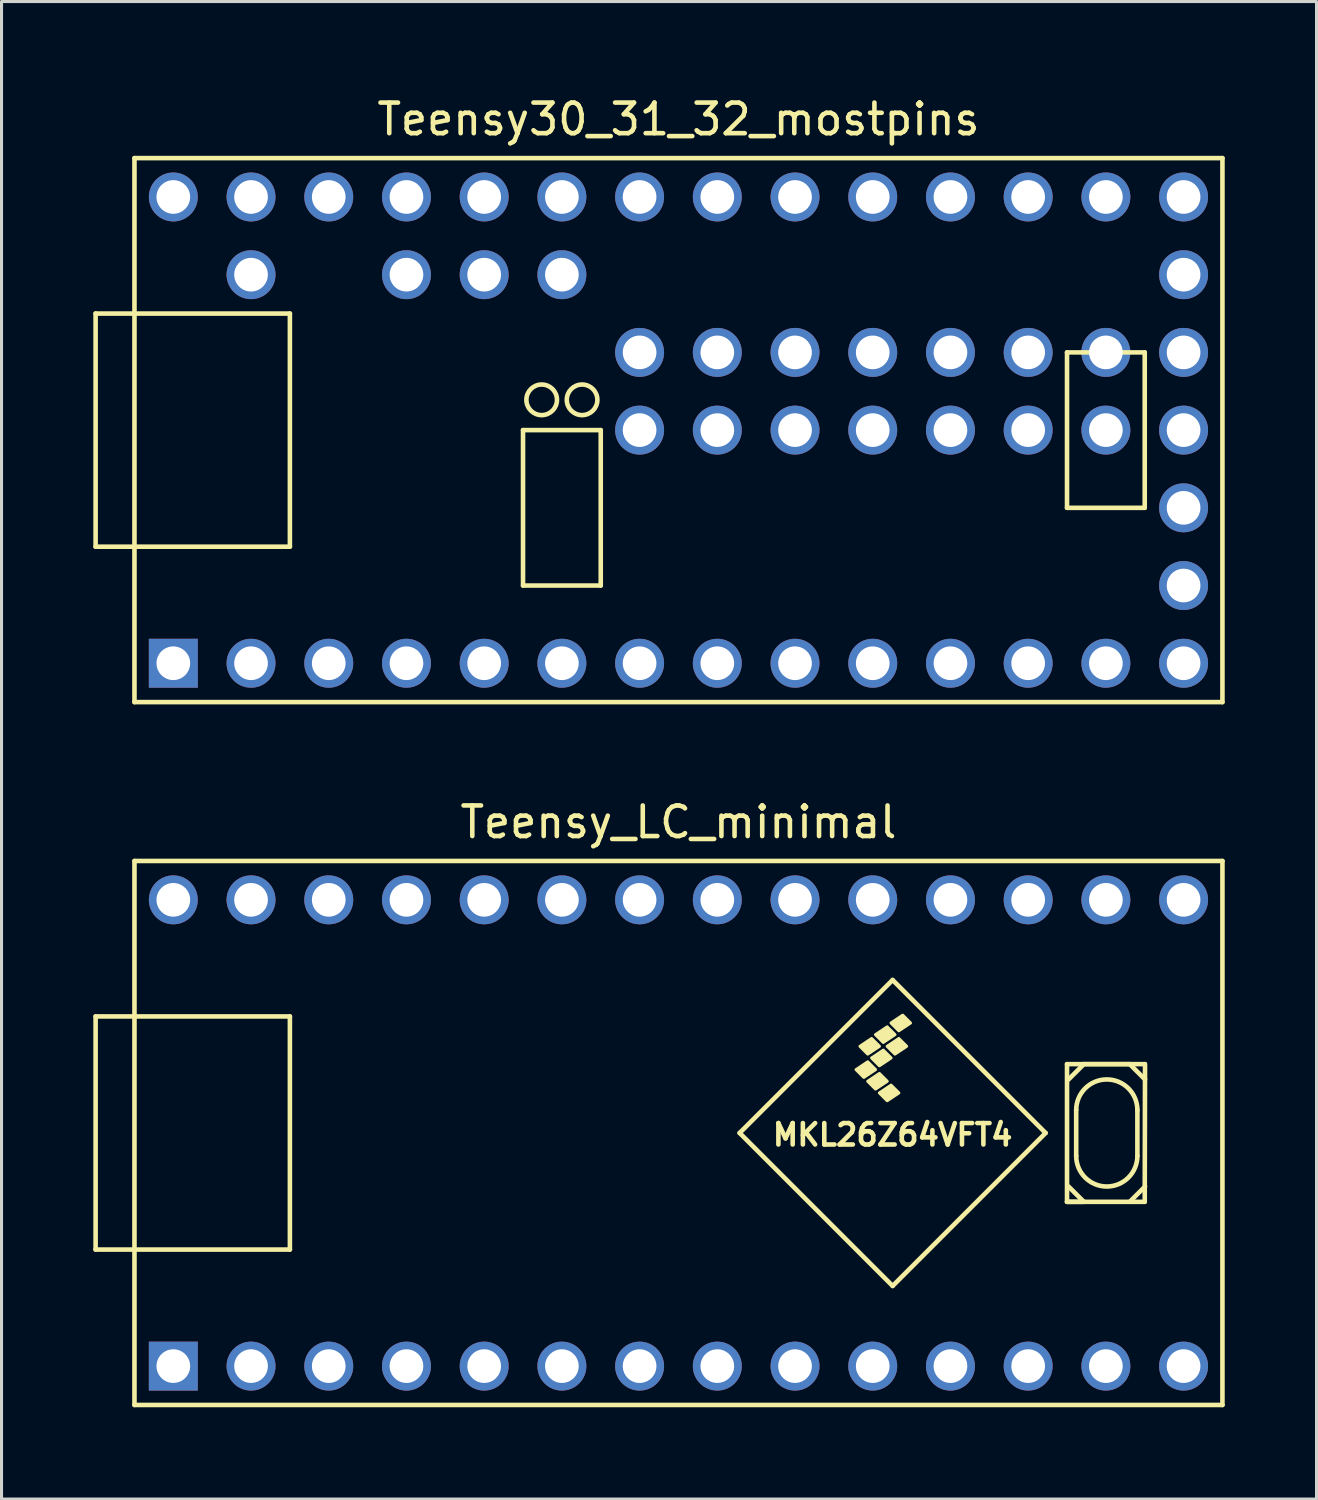
<source format=kicad_pcb>
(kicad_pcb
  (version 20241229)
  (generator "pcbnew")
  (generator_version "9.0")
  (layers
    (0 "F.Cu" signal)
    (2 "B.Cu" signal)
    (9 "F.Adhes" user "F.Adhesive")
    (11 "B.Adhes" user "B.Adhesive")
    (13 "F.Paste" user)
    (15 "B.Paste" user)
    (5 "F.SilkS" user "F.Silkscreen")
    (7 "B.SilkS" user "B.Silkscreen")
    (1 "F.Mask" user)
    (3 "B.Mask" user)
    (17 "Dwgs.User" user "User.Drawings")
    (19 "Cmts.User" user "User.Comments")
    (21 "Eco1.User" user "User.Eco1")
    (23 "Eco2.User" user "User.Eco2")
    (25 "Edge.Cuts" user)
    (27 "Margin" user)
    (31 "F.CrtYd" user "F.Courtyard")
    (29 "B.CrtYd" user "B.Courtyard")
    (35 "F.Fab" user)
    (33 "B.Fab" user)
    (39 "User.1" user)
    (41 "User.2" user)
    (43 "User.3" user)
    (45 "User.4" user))
  (footprint "Teensy_LC_minimal"
    (layer "F.Cu")
    (at 19.125 33.981)
    (property "Reference" "Teensy_LC_minimal" (at 0 -10.16 0) (layer "F.SilkS") (effects (font (size 1 1) (thickness 0.15))))
    (attr through_hole)
    (fp_line (start -19.05 -3.81) (end -17.78 -3.81) (stroke (width 0.15) (type solid)) (layer "F.SilkS"))
    (fp_line (start -19.05 3.81) (end -19.05 -3.81) (stroke (width 0.15) (type solid)) (layer "F.SilkS"))
    (fp_line (start -17.78 -8.89) (end 17.78 -8.89) (stroke (width 0.15) (type solid)) (layer "F.SilkS"))
    (fp_line (start -17.78 3.81) (end -19.05 3.81) (stroke (width 0.15) (type solid)) (layer "F.SilkS"))
    (fp_line (start -17.78 8.89) (end -17.78 -8.89) (stroke (width 0.15) (type solid)) (layer "F.SilkS"))
    (fp_line (start -12.7 -3.81) (end -17.78 -3.81) (stroke (width 0.15) (type solid)) (layer "F.SilkS"))
    (fp_line (start -12.7 3.81) (end -17.78 3.81) (stroke (width 0.15) (type solid)) (layer "F.SilkS"))
    (fp_line (start -12.7 3.81) (end -12.7 -3.81) (stroke (width 0.15) (type solid)) (layer "F.SilkS"))
    (fp_line (start 2 0) (end 7 5) (stroke (width 0.15) (type solid)) (layer "F.SilkS"))
    (fp_line (start 7 -5) (end 2 0) (stroke (width 0.15) (type solid)) (layer "F.SilkS"))
    (fp_line (start 7 5) (end 12 0) (stroke (width 0.15) (type solid)) (layer "F.SilkS"))
    (fp_line (start 12 0) (end 7 -5) (stroke (width 0.15) (type solid)) (layer "F.SilkS"))
    (fp_line (start 12.7 -2.25) (end 15.24 -2.25) (stroke (width 0.15) (type solid)) (layer "F.SilkS"))
    (fp_line (start 12.7 2.25) (end 12.7 -2.25) (stroke (width 0.15) (type solid)) (layer "F.SilkS"))
    (fp_line (start 12.7 2.25) (end 13.25 2.25) (stroke (width 0.15) (type solid)) (layer "F.SilkS"))
    (fp_line (start 12.75 -1.75) (end 13.25 -2.25) (stroke (width 0.15) (type solid)) (layer "F.SilkS"))
    (fp_line (start 13 -0.75) (end 13 0.75) (stroke (width 0.15) (type solid)) (layer "F.SilkS"))
    (fp_line (start 13.25 2.25) (end 12.75 1.75) (stroke (width 0.15) (type solid)) (layer "F.SilkS"))
    (fp_line (start 14.75 -2.25) (end 13.25 -2.25) (stroke (width 0.15) (type solid)) (layer "F.SilkS"))
    (fp_line (start 15 0.75) (end 15 -0.75) (stroke (width 0.15) (type solid)) (layer "F.SilkS"))
    (fp_line (start 15.24 2.25) (end 12.7 2.25) (stroke (width 0.15) (type solid)) (layer "F.SilkS"))
    (fp_line (start 15.25 -2.25) (end 15.24 2.25) (stroke (width 0.15) (type solid)) (layer "F.SilkS"))
    (fp_line (start 15.25 -1.75) (end 14.75 -2.25) (stroke (width 0.15) (type solid)) (layer "F.SilkS"))
    (fp_line (start 15.25 1.75) (end 14.75 2.25) (stroke (width 0.15) (type solid)) (layer "F.SilkS"))
    (fp_line (start 17.78 -8.89) (end 17.78 8.89) (stroke (width 0.15) (type solid)) (layer "F.SilkS"))
    (fp_line (start 17.78 8.89) (end -17.78 8.89) (stroke (width 0.15) (type solid)) (layer "F.SilkS"))
    (fp_arc (start 13 -0.75) (mid 14 -1.75) (end 15 -0.75) (stroke (width 0.15) (type solid)) (layer "F.SilkS"))
    (fp_arc (start 15 0.75) (mid 14 1.75) (end 13 0.75) (stroke (width 0.15) (type solid)) (layer "F.SilkS"))
    (fp_poly (pts (xy 6.06 -1.817) (xy 5.806 -2.071) (xy 6.187 -2.325) (xy 6.441 -2.071)) (stroke (width 0.1) (type solid)) (fill yes) (layer "F.SilkS"))
    (fp_poly (pts (xy 6.187 -2.579) (xy 5.933 -2.833) (xy 6.314 -3.087) (xy 6.568 -2.833)) (stroke (width 0.1) (type solid)) (fill yes) (layer "F.SilkS"))
    (fp_poly (pts (xy 6.441 -1.436) (xy 6.187 -1.69) (xy 6.568 -1.944) (xy 6.822 -1.69)) (stroke (width 0.1) (type solid)) (fill yes) (layer "F.SilkS"))
    (fp_poly (pts (xy 6.568 -2.198) (xy 6.314 -2.452) (xy 6.695 -2.706) (xy 6.949 -2.452)) (stroke (width 0.1) (type solid)) (fill yes) (layer "F.SilkS"))
    (fp_poly (pts (xy 6.695 -2.96) (xy 6.441 -3.214) (xy 6.822 -3.468) (xy 7.076 -3.214)) (stroke (width 0.1) (type solid)) (fill yes) (layer "F.SilkS"))
    (fp_poly (pts (xy 6.822 -1.055) (xy 6.568 -1.309) (xy 6.949 -1.563) (xy 7.203 -1.309)) (stroke (width 0.1) (type solid)) (fill yes) (layer "F.SilkS"))
    (fp_poly (pts (xy 7.076 -2.579) (xy 6.822 -2.833) (xy 7.203 -3.087) (xy 7.457 -2.833)) (stroke (width 0.1) (type solid)) (fill yes) (layer "F.SilkS"))
    (fp_poly (pts (xy 7.203 -3.341) (xy 6.949 -3.595) (xy 7.33 -3.849) (xy 7.584 -3.595)) (stroke (width 0.1) (type solid)) (fill yes) (layer "F.SilkS"))
    (fp_text user "MKL26Z64VFT4" (at 7 0.06 0) (layer "F.SilkS") (effects (font (size 0.7 0.7) (thickness 0.15))))
    (pad "1" thru_hole rect (at -16.51 7.62) (size 1.6 1.6) (drill 1.1) (layers "*.Cu" "*.Mask"))
    (pad "2" thru_hole circle (at -13.97 7.62) (size 1.6 1.6) (drill 1.1) (layers "*.Cu" "*.Mask"))
    (pad "3" thru_hole circle (at -11.43 7.62) (size 1.6 1.6) (drill 1.1) (layers "*.Cu" "*.Mask"))
    (pad "4" thru_hole circle (at -8.89 7.62) (size 1.6 1.6) (drill 1.1) (layers "*.Cu" "*.Mask"))
    (pad "5" thru_hole circle (at -6.35 7.62) (size 1.6 1.6) (drill 1.1) (layers "*.Cu" "*.Mask"))
    (pad "6" thru_hole circle (at -3.81 7.62) (size 1.6 1.6) (drill 1.1) (layers "*.Cu" "*.Mask"))
    (pad "7" thru_hole circle (at -1.27 7.62) (size 1.6 1.6) (drill 1.1) (layers "*.Cu" "*.Mask"))
    (pad "8" thru_hole circle (at 1.27 7.62) (size 1.6 1.6) (drill 1.1) (layers "*.Cu" "*.Mask"))
    (pad "9" thru_hole circle (at 3.81 7.62) (size 1.6 1.6) (drill 1.1) (layers "*.Cu" "*.Mask"))
    (pad "10" thru_hole circle (at 6.35 7.62) (size 1.6 1.6) (drill 1.1) (layers "*.Cu" "*.Mask"))
    (pad "11" thru_hole circle (at 8.89 7.62) (size 1.6 1.6) (drill 1.1) (layers "*.Cu" "*.Mask"))
    (pad "12" thru_hole circle (at 11.43 7.62) (size 1.6 1.6) (drill 1.1) (layers "*.Cu" "*.Mask"))
    (pad "13" thru_hole circle (at 13.97 7.62) (size 1.6 1.6) (drill 1.1) (layers "*.Cu" "*.Mask"))
    (pad "14" thru_hole circle (at 16.51 7.62) (size 1.6 1.6) (drill 1.1) (layers "*.Cu" "*.Mask"))
    (pad "20" thru_hole circle (at 16.51 -7.62) (size 1.6 1.6) (drill 1.1) (layers "*.Cu" "*.Mask"))
    (pad "21" thru_hole circle (at 13.97 -7.62) (size 1.6 1.6) (drill 1.1) (layers "*.Cu" "*.Mask"))
    (pad "22" thru_hole circle (at 11.43 -7.62) (size 1.6 1.6) (drill 1.1) (layers "*.Cu" "*.Mask"))
    (pad "23" thru_hole circle (at 8.89 -7.62) (size 1.6 1.6) (drill 1.1) (layers "*.Cu" "*.Mask"))
    (pad "24" thru_hole circle (at 6.35 -7.62) (size 1.6 1.6) (drill 1.1) (layers "*.Cu" "*.Mask"))
    (pad "25" thru_hole circle (at 3.81 -7.62) (size 1.6 1.6) (drill 1.1) (layers "*.Cu" "*.Mask"))
    (pad "26" thru_hole circle (at 1.27 -7.62) (size 1.6 1.6) (drill 1.1) (layers "*.Cu" "*.Mask"))
    (pad "27" thru_hole circle (at -1.27 -7.62) (size 1.6 1.6) (drill 1.1) (layers "*.Cu" "*.Mask"))
    (pad "28" thru_hole circle (at -3.81 -7.62) (size 1.6 1.6) (drill 1.1) (layers "*.Cu" "*.Mask"))
    (pad "29" thru_hole circle (at -6.35 -7.62) (size 1.6 1.6) (drill 1.1) (layers "*.Cu" "*.Mask"))
    (pad "30" thru_hole circle (at -8.89 -7.62) (size 1.6 1.6) (drill 1.1) (layers "*.Cu" "*.Mask"))
    (pad "31" thru_hole circle (at -11.43 -7.62) (size 1.6 1.6) (drill 1.1) (layers "*.Cu" "*.Mask"))
    (pad "32" thru_hole circle (at -13.97 -7.62) (size 1.6 1.6) (drill 1.1) (layers "*.Cu" "*.Mask"))
    (pad "33" thru_hole circle (at -16.51 -7.62) (size 1.6 1.6) (drill 1.1) (layers "*.Cu" "*.Mask")))
  (footprint "Teensy30_31_32_mostpins"
    (layer "F.Cu")
    (at 19.125 11.008)
    (property "Reference" "Teensy30_31_32_mostpins" (at 0 -10.16 0) (layer "F.SilkS") (effects (font (size 1 1) (thickness 0.15))))
    (attr through_hole)
    (fp_line (start -19.05 -3.81) (end -17.78 -3.81) (stroke (width 0.15) (type solid)) (layer "F.SilkS"))
    (fp_line (start -19.05 3.81) (end -19.05 -3.81) (stroke (width 0.15) (type solid)) (layer "F.SilkS"))
    (fp_line (start -17.78 -8.89) (end 17.78 -8.89) (stroke (width 0.15) (type solid)) (layer "F.SilkS"))
    (fp_line (start -17.78 3.81) (end -19.05 3.81) (stroke (width 0.15) (type solid)) (layer "F.SilkS"))
    (fp_line (start -17.78 8.89) (end -17.78 -8.89) (stroke (width 0.15) (type solid)) (layer "F.SilkS"))
    (fp_line (start -12.7 -3.81) (end -17.78 -3.81) (stroke (width 0.15) (type solid)) (layer "F.SilkS"))
    (fp_line (start -12.7 3.81) (end -17.78 3.81) (stroke (width 0.15) (type solid)) (layer "F.SilkS"))
    (fp_line (start -12.7 3.81) (end -12.7 -3.81) (stroke (width 0.15) (type solid)) (layer "F.SilkS"))
    (fp_line (start -5.08 0) (end -2.54 0) (stroke (width 0.15) (type solid)) (layer "F.SilkS"))
    (fp_line (start -5.08 5.08) (end -5.08 0) (stroke (width 0.15) (type solid)) (layer "F.SilkS"))
    (fp_line (start -2.54 0) (end -2.54 5.08) (stroke (width 0.15) (type solid)) (layer "F.SilkS"))
    (fp_line (start -2.54 5.08) (end -5.08 5.08) (stroke (width 0.15) (type solid)) (layer "F.SilkS"))
    (fp_line (start 12.7 -2.54) (end 15.24 -2.54) (stroke (width 0.15) (type solid)) (layer "F.SilkS"))
    (fp_line (start 12.7 2.54) (end 12.7 -2.54) (stroke (width 0.15) (type solid)) (layer "F.SilkS"))
    (fp_line (start 15.24 -2.54) (end 15.24 2.54) (stroke (width 0.15) (type solid)) (layer "F.SilkS"))
    (fp_line (start 15.24 2.54) (end 12.7 2.54) (stroke (width 0.15) (type solid)) (layer "F.SilkS"))
    (fp_line (start 17.78 -8.89) (end 17.78 8.89) (stroke (width 0.15) (type solid)) (layer "F.SilkS"))
    (fp_line (start 17.78 8.89) (end -17.78 8.89) (stroke (width 0.15) (type solid)) (layer "F.SilkS"))
    (fp_circle (center -4.47 -0.99) (end -3.97 -0.99) (stroke (width 0.15) (type solid)) (fill no) (layer "F.SilkS"))
    (fp_circle (center -3.15 -0.99) (end -2.65 -0.99) (stroke (width 0.15) (type solid)) (fill no) (layer "F.SilkS"))
    (pad "1" thru_hole rect (at -16.51 7.62) (size 1.6 1.6) (drill 1.1) (layers "*.Cu" "*.Mask"))
    (pad "2" thru_hole circle (at -13.97 7.62) (size 1.6 1.6) (drill 1.1) (layers "*.Cu" "*.Mask"))
    (pad "3" thru_hole circle (at -11.43 7.62) (size 1.6 1.6) (drill 1.1) (layers "*.Cu" "*.Mask"))
    (pad "4" thru_hole circle (at -8.89 7.62) (size 1.6 1.6) (drill 1.1) (layers "*.Cu" "*.Mask"))
    (pad "5" thru_hole circle (at -6.35 7.62) (size 1.6 1.6) (drill 1.1) (layers "*.Cu" "*.Mask"))
    (pad "6" thru_hole circle (at -3.81 7.62) (size 1.6 1.6) (drill 1.1) (layers "*.Cu" "*.Mask"))
    (pad "7" thru_hole circle (at -1.27 7.62) (size 1.6 1.6) (drill 1.1) (layers "*.Cu" "*.Mask"))
    (pad "8" thru_hole circle (at 1.27 7.62) (size 1.6 1.6) (drill 1.1) (layers "*.Cu" "*.Mask"))
    (pad "9" thru_hole circle (at 3.81 7.62) (size 1.6 1.6) (drill 1.1) (layers "*.Cu" "*.Mask"))
    (pad "10" thru_hole circle (at 6.35 7.62) (size 1.6 1.6) (drill 1.1) (layers "*.Cu" "*.Mask"))
    (pad "11" thru_hole circle (at 8.89 7.62) (size 1.6 1.6) (drill 1.1) (layers "*.Cu" "*.Mask"))
    (pad "12" thru_hole circle (at 11.43 7.62) (size 1.6 1.6) (drill 1.1) (layers "*.Cu" "*.Mask"))
    (pad "13" thru_hole circle (at 13.97 7.62) (size 1.6 1.6) (drill 1.1) (layers "*.Cu" "*.Mask"))
    (pad "14" thru_hole circle (at 16.51 7.62) (size 1.6 1.6) (drill 1.1) (layers "*.Cu" "*.Mask"))
    (pad "15" thru_hole circle (at 16.51 5.08) (size 1.6 1.6) (drill 1.1) (layers "*.Cu" "*.Mask"))
    (pad "16" thru_hole circle (at 16.51 2.54) (size 1.6 1.6) (drill 1.1) (layers "*.Cu" "*.Mask"))
    (pad "17" thru_hole circle (at 16.51 0) (size 1.6 1.6) (drill 1.1) (layers "*.Cu" "*.Mask"))
    (pad "18" thru_hole circle (at 16.51 -2.54) (size 1.6 1.6) (drill 1.1) (layers "*.Cu" "*.Mask"))
    (pad "19" thru_hole circle (at 16.51 -5.08) (size 1.6 1.6) (drill 1.1) (layers "*.Cu" "*.Mask"))
    (pad "20" thru_hole circle (at 16.51 -7.62) (size 1.6 1.6) (drill 1.1) (layers "*.Cu" "*.Mask"))
    (pad "21" thru_hole circle (at 13.97 -7.62) (size 1.6 1.6) (drill 1.1) (layers "*.Cu" "*.Mask"))
    (pad "22" thru_hole circle (at 11.43 -7.62) (size 1.6 1.6) (drill 1.1) (layers "*.Cu" "*.Mask"))
    (pad "23" thru_hole circle (at 8.89 -7.62) (size 1.6 1.6) (drill 1.1) (layers "*.Cu" "*.Mask"))
    (pad "24" thru_hole circle (at 6.35 -7.62) (size 1.6 1.6) (drill 1.1) (layers "*.Cu" "*.Mask"))
    (pad "25" thru_hole circle (at 3.81 -7.62) (size 1.6 1.6) (drill 1.1) (layers "*.Cu" "*.Mask"))
    (pad "26" thru_hole circle (at 1.27 -7.62) (size 1.6 1.6) (drill 1.1) (layers "*.Cu" "*.Mask"))
    (pad "27" thru_hole circle (at -1.27 -7.62) (size 1.6 1.6) (drill 1.1) (layers "*.Cu" "*.Mask"))
    (pad "28" thru_hole circle (at -3.81 -7.62) (size 1.6 1.6) (drill 1.1) (layers "*.Cu" "*.Mask"))
    (pad "29" thru_hole circle (at -6.35 -7.62) (size 1.6 1.6) (drill 1.1) (layers "*.Cu" "*.Mask"))
    (pad "30" thru_hole circle (at -8.89 -7.62) (size 1.6 1.6) (drill 1.1) (layers "*.Cu" "*.Mask"))
    (pad "31" thru_hole circle (at -11.43 -7.62) (size 1.6 1.6) (drill 1.1) (layers "*.Cu" "*.Mask"))
    (pad "32" thru_hole circle (at -13.97 -7.62) (size 1.6 1.6) (drill 1.1) (layers "*.Cu" "*.Mask"))
    (pad "33" thru_hole circle (at -16.51 -7.62) (size 1.6 1.6) (drill 1.1) (layers "*.Cu" "*.Mask"))
    (pad "34" thru_hole circle (at -13.97 -5.08) (size 1.6 1.6) (drill 1.1) (layers "*.Cu" "*.Mask"))
    (pad "35" thru_hole circle (at -8.89 -5.08) (size 1.6 1.6) (drill 1.1) (layers "*.Cu" "*.Mask"))
    (pad "36" thru_hole circle (at -6.35 -5.08) (size 1.6 1.6) (drill 1.1) (layers "*.Cu" "*.Mask"))
    (pad "37" thru_hole circle (at -3.81 -5.08) (size 1.6 1.6) (drill 1.1) (layers "*.Cu" "*.Mask"))
    (pad "41" thru_hole circle (at -1.27 -2.54) (size 1.6 1.6) (drill 1.1) (layers "*.Cu" "*.Mask"))
    (pad "42" thru_hole circle (at 1.27 -2.54) (size 1.6 1.6) (drill 1.1) (layers "*.Cu" "*.Mask"))
    (pad "43" thru_hole circle (at 3.81 -2.54) (size 1.6 1.6) (drill 1.1) (layers "*.Cu" "*.Mask"))
    (pad "44" thru_hole circle (at 6.35 -2.54 90) (size 1.6 1.6) (drill 1.1) (layers "*.Cu" "*.Mask"))
    (pad "45" thru_hole circle (at 8.89 -2.54) (size 1.6 1.6) (drill 1.1) (layers "*.Cu" "*.Mask"))
    (pad "46" thru_hole circle (at 11.43 -2.54) (size 1.6 1.6) (drill 1.1) (layers "*.Cu" "*.Mask"))
    (pad "47" thru_hole circle (at 13.97 -2.54) (size 1.6 1.6) (drill 1.1) (layers "*.Cu" "*.Mask"))
    (pad "48" thru_hole circle (at 13.97 0) (size 1.6 1.6) (drill 1.1) (layers "*.Cu" "*.Mask"))
    (pad "49" thru_hole circle (at 11.43 0) (size 1.6 1.6) (drill 1.1) (layers "*.Cu" "*.Mask"))
    (pad "50" thru_hole circle (at 8.89 0) (size 1.6 1.6) (drill 1.1) (layers "*.Cu" "*.Mask"))
    (pad "51" thru_hole circle (at 6.35 0) (size 1.6 1.6) (drill 1.1) (layers "*.Cu" "*.Mask"))
    (pad "52" thru_hole circle (at 3.81 0) (size 1.6 1.6) (drill 1.1) (layers "*.Cu" "*.Mask"))
    (pad "53" thru_hole circle (at 1.27 0) (size 1.6 1.6) (drill 1.1) (layers "*.Cu" "*.Mask"))
    (pad "54" thru_hole circle (at -1.27 0) (size 1.6 1.6) (drill 1.1) (layers "*.Cu" "*.Mask")))
  (gr_rect
    (start -3 -3)
    (end 39.98 45.947)
    (stroke (width 0.1) (type default))
    (fill no)
    (layer "Edge.Cuts")))
</source>
